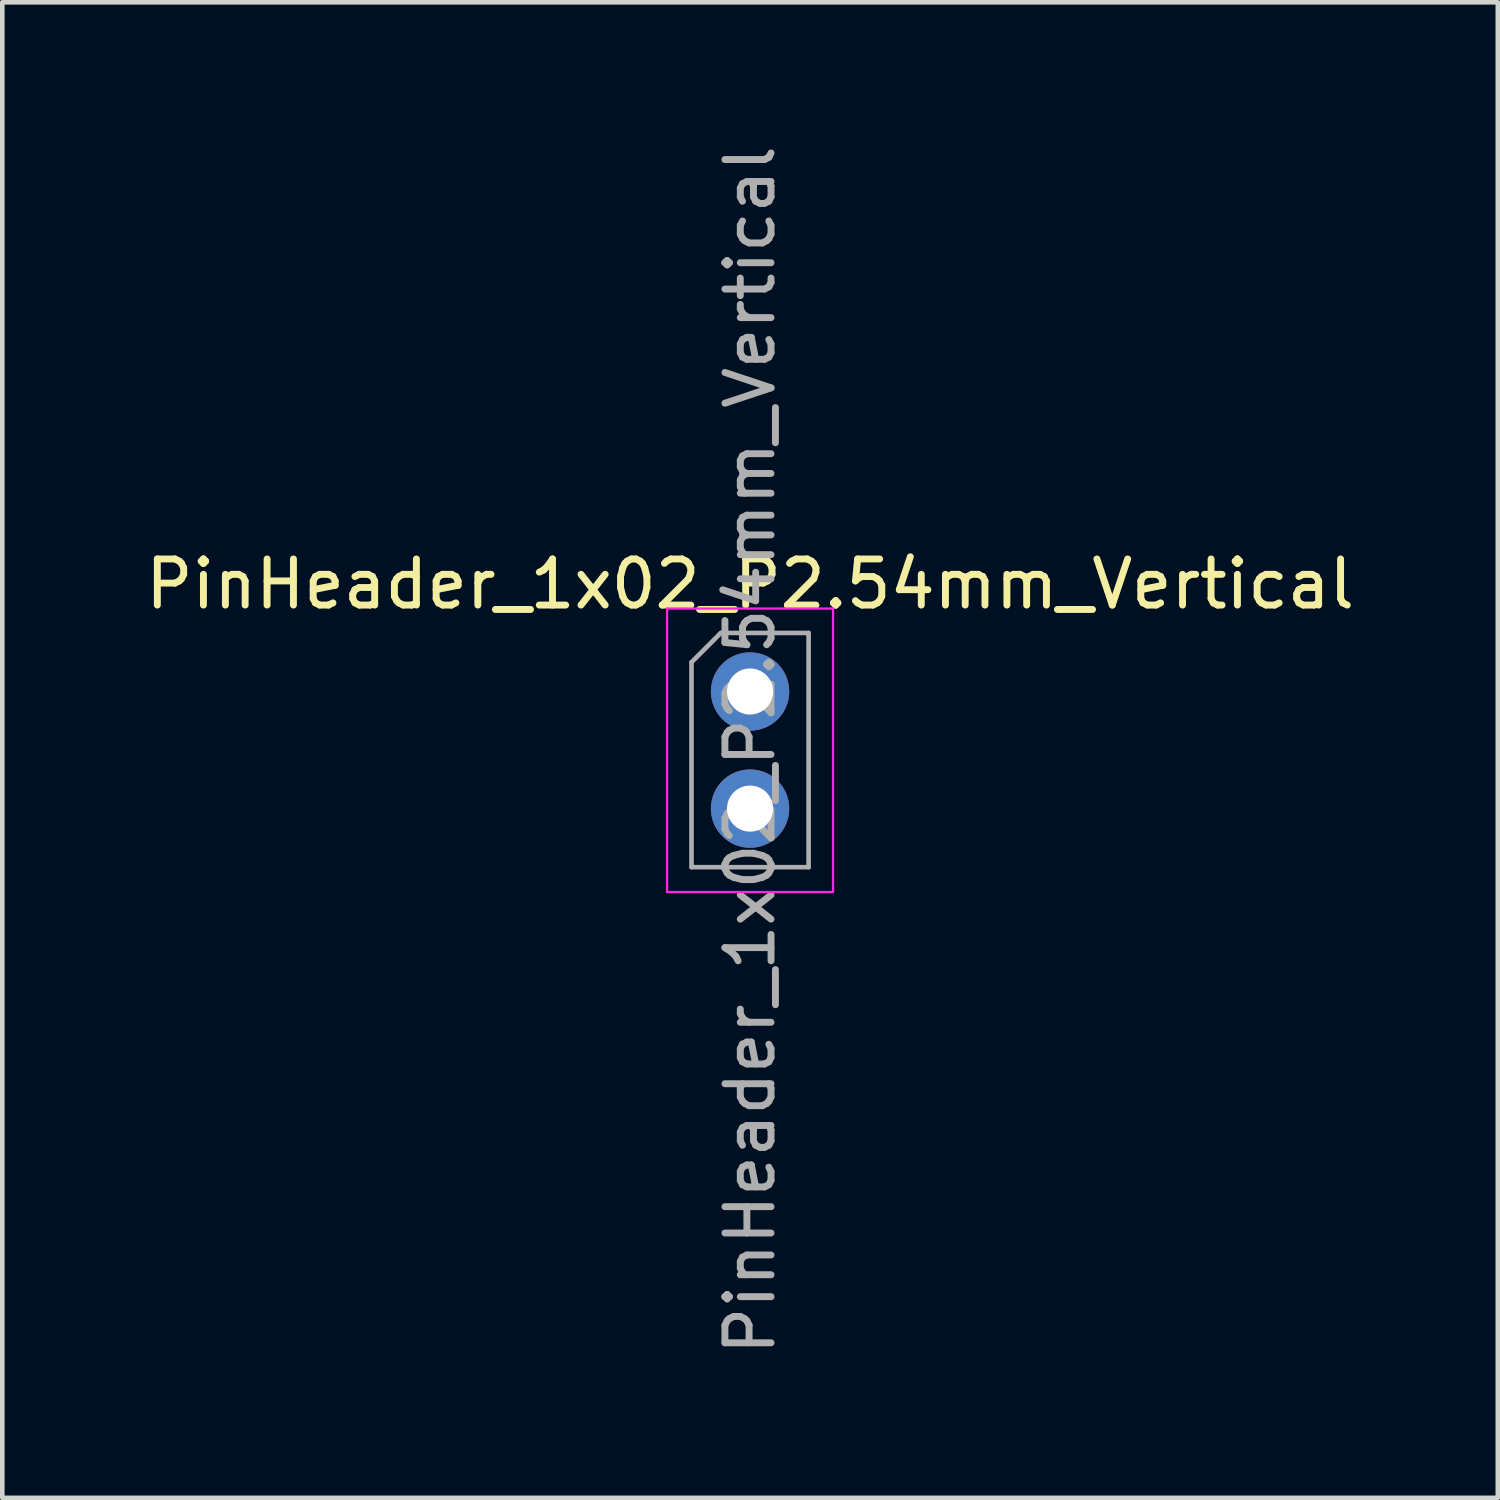
<source format=kicad_pcb>
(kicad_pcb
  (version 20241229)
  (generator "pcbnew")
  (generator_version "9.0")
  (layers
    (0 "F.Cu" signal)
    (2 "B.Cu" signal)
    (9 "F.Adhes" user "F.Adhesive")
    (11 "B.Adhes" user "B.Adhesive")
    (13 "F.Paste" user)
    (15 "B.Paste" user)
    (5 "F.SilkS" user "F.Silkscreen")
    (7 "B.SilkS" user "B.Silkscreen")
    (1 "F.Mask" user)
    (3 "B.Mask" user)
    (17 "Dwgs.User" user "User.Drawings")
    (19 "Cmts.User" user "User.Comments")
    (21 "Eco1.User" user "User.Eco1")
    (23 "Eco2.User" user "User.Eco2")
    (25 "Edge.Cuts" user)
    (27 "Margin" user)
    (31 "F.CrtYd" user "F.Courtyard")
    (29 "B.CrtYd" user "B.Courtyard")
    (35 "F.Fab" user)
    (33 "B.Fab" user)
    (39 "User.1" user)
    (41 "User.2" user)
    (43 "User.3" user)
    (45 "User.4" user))
  (footprint "PinHeader_1x02_P2.54mm_Vertical"
    (layer "F.Cu")
    (at 13.22 11.95)
    (property "Reference" "PinHeader_1x02_P2.54mm_Vertical" (at 0 -2.33 0) (layer "F.SilkS") (effects (font (size 1 1) (thickness 0.15))))
    (attr through_hole)
    (fp_line (start -1.8 -1.8) (end -1.8 4.35) (stroke (width 0.05) (type solid)) (layer "F.CrtYd"))
    (fp_line (start -1.8 4.35) (end 1.8 4.35) (stroke (width 0.05) (type solid)) (layer "F.CrtYd"))
    (fp_line (start 1.8 -1.8) (end -1.8 -1.8) (stroke (width 0.05) (type solid)) (layer "F.CrtYd"))
    (fp_line (start 1.8 4.35) (end 1.8 -1.8) (stroke (width 0.05) (type solid)) (layer "F.CrtYd"))
    (fp_line (start -1.27 -0.635) (end -0.635 -1.27) (stroke (width 0.1) (type solid)) (layer "F.Fab"))
    (fp_line (start -1.27 3.81) (end -1.27 -0.635) (stroke (width 0.1) (type solid)) (layer "F.Fab"))
    (fp_line (start -0.635 -1.27) (end 1.27 -1.27) (stroke (width 0.1) (type solid)) (layer "F.Fab"))
    (fp_line (start 1.27 -1.27) (end 1.27 3.81) (stroke (width 0.1) (type solid)) (layer "F.Fab"))
    (fp_line (start 1.27 3.81) (end -1.27 3.81) (stroke (width 0.1) (type solid)) (layer "F.Fab"))
    (fp_text user "${REFERENCE}" (at 0 1.27 90) (layer "F.Fab") (effects (font (size 1 1) (thickness 0.15))))
    (pad "1" thru_hole circle (at 0 0) (size 1.7 1.7) (drill 1) (layers "*.Cu" "*.Mask"))
    (pad "2" thru_hole oval (at 0 2.54) (size 1.7 1.7) (drill 1) (layers "*.Cu" "*.Mask")))
  (gr_rect
    (start -3 -3)
    (end 29.44 29.44)
    (stroke (width 0.1) (type default))
    (fill no)
    (layer "Edge.Cuts")))
</source>
